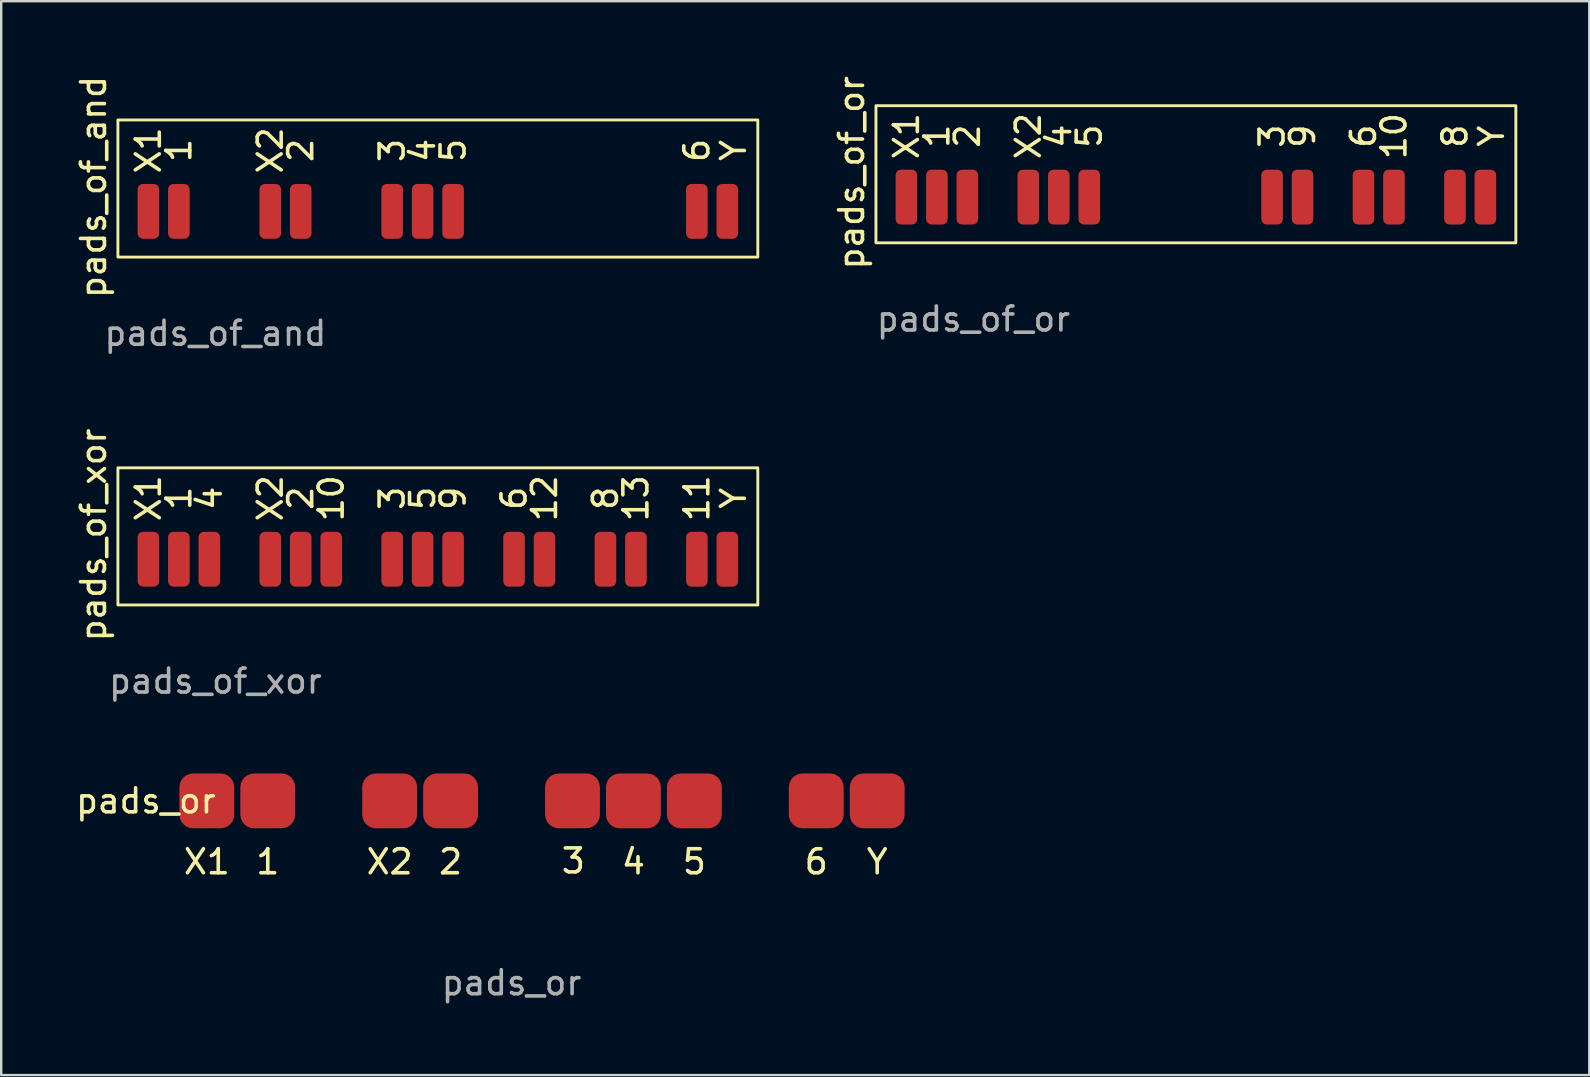
<source format=kicad_pcb>
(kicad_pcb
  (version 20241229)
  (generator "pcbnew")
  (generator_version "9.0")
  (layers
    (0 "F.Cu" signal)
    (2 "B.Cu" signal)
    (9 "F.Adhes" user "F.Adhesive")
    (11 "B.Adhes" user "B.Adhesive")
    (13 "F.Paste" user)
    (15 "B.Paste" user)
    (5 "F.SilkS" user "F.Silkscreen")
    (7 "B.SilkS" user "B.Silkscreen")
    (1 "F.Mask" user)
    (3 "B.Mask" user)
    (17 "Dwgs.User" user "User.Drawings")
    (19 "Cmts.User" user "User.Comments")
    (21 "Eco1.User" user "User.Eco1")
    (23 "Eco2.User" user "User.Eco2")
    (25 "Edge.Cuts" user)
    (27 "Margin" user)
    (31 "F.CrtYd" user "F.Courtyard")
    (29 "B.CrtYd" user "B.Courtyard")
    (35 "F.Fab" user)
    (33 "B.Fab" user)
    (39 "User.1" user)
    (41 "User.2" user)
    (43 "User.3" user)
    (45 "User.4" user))
  (footprint "pads_or"
    (layer "F.Cu")
    (at 18.27 35.409)
    (property "Reference" "pads_or" (at -15.24 -5.08 0) (unlocked yes) (layer "F.SilkS") (effects (font (size 1 1) (thickness 0.15))))
    (attr smd)
    (fp_text user "1" (at -10.16 -2.54 0) (unlocked yes) (layer "F.SilkS") (effects (font (size 1 1) (thickness 0.15))))
    (fp_text user "X1" (at -12.7 -2.54 0) (unlocked yes) (layer "F.SilkS") (effects (font (size 1 1) (thickness 0.15))))
    (fp_text user "6" (at 12.7 -2.54 0) (unlocked yes) (layer "F.SilkS") (effects (font (size 1 1) (thickness 0.15))))
    (fp_text user "4" (at 5.08 -2.54 0) (unlocked yes) (layer "F.SilkS") (effects (font (size 1 1) (thickness 0.15))))
    (fp_text user "3" (at 2.575 -2.575 0) (unlocked yes) (layer "F.SilkS") (effects (font (size 1 1) (thickness 0.15))))
    (fp_text user "5" (at 7.62 -2.54 0) (unlocked yes) (layer "F.SilkS") (effects (font (size 1 1) (thickness 0.15))))
    (fp_text user "X2" (at -5.08 -2.54 0) (unlocked yes) (layer "F.SilkS") (effects (font (size 1 1) (thickness 0.15))))
    (fp_text user "Y" (at 15.24 -2.54 0) (unlocked yes) (layer "F.SilkS") (effects (font (size 1 1) (thickness 0.15))))
    (fp_text user "2" (at -2.54 -2.54 0) (unlocked yes) (layer "F.SilkS") (effects (font (size 1 1) (thickness 0.15))))
    (fp_text user "${REFERENCE}" (at 0 2.5 0) (unlocked yes) (layer "F.Fab") (effects (font (size 1 1) (thickness 0.15))))
    (pad "1" smd roundrect (at -12.7 -5.08) (size 2.286 2.286) (layers "F.Cu" "F.Mask" "F.Paste") (roundrect_rratio 0.25))
    (pad "2" smd roundrect (at -10.16 -5.08) (size 2.286 2.286) (layers "F.Cu" "F.Mask" "F.Paste") (roundrect_rratio 0.25))
    (pad "3" smd roundrect (at -5.08 -5.08) (size 2.286 2.286) (layers "F.Cu" "F.Mask" "F.Paste") (roundrect_rratio 0.25))
    (pad "4" smd roundrect (at -2.54 -5.08) (size 2.286 2.286) (layers "F.Cu" "F.Mask" "F.Paste") (roundrect_rratio 0.25))
    (pad "5" smd roundrect (at 2.54 -5.08) (size 2.286 2.286) (layers "F.Cu" "F.Mask" "F.Paste") (roundrect_rratio 0.25))
    (pad "6" smd roundrect (at 5.08 -5.08) (size 2.286 2.286) (layers "F.Cu" "F.Mask" "F.Paste") (roundrect_rratio 0.25))
    (pad "7" smd roundrect (at 7.62 -5.08) (size 2.286 2.286) (layers "F.Cu" "F.Mask" "F.Paste") (roundrect_rratio 0.25))
    (pad "8" smd roundrect (at 12.7 -5.08) (size 2.286 2.286) (layers "F.Cu" "F.Mask" "F.Paste") (roundrect_rratio 0.25))
    (pad "9" smd roundrect (at 15.24 -5.08) (size 2.286 2.286) (layers "F.Cu" "F.Mask" "F.Paste") (roundrect_rratio 0.25)))
  (footprint "pads_of_or"
    (layer "F.Cu")
    (at 34.728 5.165)
    (property "Reference" "pads_of_or" (at -2.286 -1.016 90) (unlocked yes) (layer "F.SilkS") (effects (font (size 1 1) (thickness 0.15))))
    (attr smd)
    (fp_rect (start -1.27 -3.81) (end 25.4 1.905) (stroke (width 0.12) (type solid)) (fill no) (layer "F.SilkS"))
    (fp_text user "9" (at 16.51 -2.54 90) (unlocked yes) (layer "F.SilkS") (effects (font (size 1 1) (thickness 0.15))))
    (fp_text user "4" (at 6.35 -2.54 90) (unlocked yes) (layer "F.SilkS") (effects (font (size 1 1) (thickness 0.15))))
    (fp_text user "10" (at 20.32 -2.54 90) (unlocked yes) (layer "F.SilkS") (effects (font (size 1 1) (thickness 0.15))))
    (fp_text user "8" (at 22.86 -2.54 90) (unlocked yes) (layer "F.SilkS") (effects (font (size 1 1) (thickness 0.15))))
    (fp_text user "5" (at 7.62 -2.54 90) (unlocked yes) (layer "F.SilkS") (effects (font (size 1 1) (thickness 0.15))))
    (fp_text user "6" (at 19.05 -2.54 90) (unlocked yes) (layer "F.SilkS") (effects (font (size 1 1) (thickness 0.15))))
    (fp_text user "X1" (at 0 -2.54 90) (unlocked yes) (layer "F.SilkS") (effects (font (size 1 1) (thickness 0.15))))
    (fp_text user "3" (at 15.24 -2.54 90) (unlocked yes) (layer "F.SilkS") (effects (font (size 1 1) (thickness 0.15))))
    (fp_text user "X2" (at 5.08 -2.54 90) (unlocked yes) (layer "F.SilkS") (effects (font (size 1 1) (thickness 0.15))))
    (fp_text user "1" (at 1.27 -2.54 90) (unlocked yes) (layer "F.SilkS") (effects (font (size 1 1) (thickness 0.15))))
    (fp_text user "Y" (at 24.384 -2.54 90) (unlocked yes) (layer "F.SilkS") (effects (font (size 1 1) (thickness 0.15))))
    (fp_text user "2" (at 2.54 -2.54 90) (unlocked yes) (layer "F.SilkS") (effects (font (size 1 1) (thickness 0.15))))
    (fp_text user "${REFERENCE}" (at 2.794 5.08 0) (unlocked yes) (layer "F.Fab") (effects (font (size 1 1) (thickness 0.15))))
    (pad "1" smd roundrect (at 0 0) (size 0.9 2.286) (layers "F.Cu" "F.Mask" "F.Paste") (roundrect_rratio 0.25))
    (pad "2" smd roundrect (at 1.27 0) (size 0.9 2.286) (layers "F.Cu" "F.Mask" "F.Paste") (roundrect_rratio 0.25))
    (pad "3" smd roundrect (at 2.54 0) (size 0.9 2.286) (layers "F.Cu" "F.Mask" "F.Paste") (roundrect_rratio 0.25))
    (pad "4" smd roundrect (at 5.08 0) (size 0.9 2.286) (layers "F.Cu" "F.Mask" "F.Paste") (roundrect_rratio 0.25))
    (pad "5" smd roundrect (at 6.35 0) (size 0.9 2.286) (layers "F.Cu" "F.Mask" "F.Paste") (roundrect_rratio 0.25))
    (pad "6" smd roundrect (at 7.62 0) (size 0.9 2.286) (layers "F.Cu" "F.Mask" "F.Paste") (roundrect_rratio 0.25))
    (pad "7" smd roundrect (at 15.24 0) (size 0.9 2.286) (layers "F.Cu" "F.Mask" "F.Paste") (roundrect_rratio 0.25))
    (pad "8" smd roundrect (at 16.51 0) (size 0.9 2.286) (layers "F.Cu" "F.Mask" "F.Paste") (roundrect_rratio 0.25))
    (pad "9" smd roundrect (at 19.05 0) (size 0.9 2.286) (layers "F.Cu" "F.Mask" "F.Paste") (roundrect_rratio 0.25))
    (pad "10" smd roundrect (at 20.32 0) (size 0.9 2.286) (layers "F.Cu" "F.Mask" "F.Paste") (roundrect_rratio 0.25))
    (pad "11" smd roundrect (at 22.86 0) (size 0.9 2.286) (layers "F.Cu" "F.Mask" "F.Paste") (roundrect_rratio 0.25))
    (pad "12" smd roundrect (at 24.13 0) (size 0.9 2.286) (layers "F.Cu" "F.Mask" "F.Paste") (roundrect_rratio 0.25)))
  (footprint "pads_of_and"
    (layer "F.Cu")
    (at 3.134 5.76)
    (property "Reference" "pads_of_and" (at -2.286 -1.016 90) (unlocked yes) (layer "F.SilkS") (effects (font (size 1 1) (thickness 0.15))))
    (attr smd)
    (fp_rect (start -1.27 -3.81) (end 25.4 1.905) (stroke (width 0.12) (type solid)) (fill no) (layer "F.SilkS"))
    (fp_text user "5" (at 12.7 -2.54 90) (unlocked yes) (layer "F.SilkS") (effects (font (size 1 1) (thickness 0.15))))
    (fp_text user "4" (at 11.43 -2.54 90) (unlocked yes) (layer "F.SilkS") (effects (font (size 1 1) (thickness 0.15))))
    (fp_text user "2" (at 6.35 -2.54 90) (unlocked yes) (layer "F.SilkS") (effects (font (size 1 1) (thickness 0.15))))
    (fp_text user "X1" (at 0 -2.54 90) (unlocked yes) (layer "F.SilkS") (effects (font (size 1 1) (thickness 0.15))))
    (fp_text user "1" (at 1.27 -2.54 90) (unlocked yes) (layer "F.SilkS") (effects (font (size 1 1) (thickness 0.15))))
    (fp_text user "X2" (at 5.08 -2.54 90) (unlocked yes) (layer "F.SilkS") (effects (font (size 1 1) (thickness 0.15))))
    (fp_text user "3" (at 10.16 -2.54 90) (unlocked yes) (layer "F.SilkS") (effects (font (size 1 1) (thickness 0.15))))
    (fp_text user "Y" (at 24.384 -2.54 90) (unlocked yes) (layer "F.SilkS") (effects (font (size 1 1) (thickness 0.15))))
    (fp_text user "6" (at 22.86 -2.54 90) (unlocked yes) (layer "F.SilkS") (effects (font (size 1 1) (thickness 0.15))))
    (fp_text user "${REFERENCE}" (at 2.794 5.08 0) (unlocked yes) (layer "F.Fab") (effects (font (size 1 1) (thickness 0.15))))
    (pad "1" smd roundrect (at 0 0) (size 0.9 2.286) (layers "F.Cu" "F.Mask" "F.Paste") (roundrect_rratio 0.25))
    (pad "2" smd roundrect (at 1.27 0) (size 0.9 2.286) (layers "F.Cu" "F.Mask" "F.Paste") (roundrect_rratio 0.25))
    (pad "3" smd roundrect (at 5.08 0) (size 0.9 2.286) (layers "F.Cu" "F.Mask" "F.Paste") (roundrect_rratio 0.25))
    (pad "4" smd roundrect (at 6.35 0) (size 0.9 2.286) (layers "F.Cu" "F.Mask" "F.Paste") (roundrect_rratio 0.25))
    (pad "5" smd roundrect (at 10.16 0) (size 0.9 2.286) (layers "F.Cu" "F.Mask" "F.Paste") (roundrect_rratio 0.25))
    (pad "6" smd roundrect (at 11.43 0) (size 0.9 2.286) (layers "F.Cu" "F.Mask" "F.Paste") (roundrect_rratio 0.25))
    (pad "7" smd roundrect (at 12.7 0) (size 0.9 2.286) (layers "F.Cu" "F.Mask" "F.Paste") (roundrect_rratio 0.25))
    (pad "8" smd roundrect (at 22.86 0) (size 0.9 2.286) (layers "F.Cu" "F.Mask" "F.Paste") (roundrect_rratio 0.25))
    (pad "9" smd roundrect (at 24.13 0) (size 0.9 2.286) (layers "F.Cu" "F.Mask" "F.Paste") (roundrect_rratio 0.25)))
  (footprint "pads_of_xor"
    (layer "F.Cu")
    (at 3.134 20.258)
    (property "Reference" "pads_of_xor" (at -2.286 -1.016 90) (unlocked yes) (layer "F.SilkS") (effects (font (size 1 1) (thickness 0.15))))
    (attr smd)
    (fp_rect (start -1.27 -3.81) (end 25.4 1.905) (stroke (width 0.12) (type solid)) (fill no) (layer "F.SilkS"))
    (fp_text user "13" (at 20.32 -2.54 90) (unlocked yes) (layer "F.SilkS") (effects (font (size 1 1) (thickness 0.15))))
    (fp_text user "6" (at 15.24 -2.54 90) (unlocked yes) (layer "F.SilkS") (effects (font (size 1 1) (thickness 0.15))))
    (fp_text user "X1" (at 0 -2.54 90) (unlocked yes) (layer "F.SilkS") (effects (font (size 1 1) (thickness 0.15))))
    (fp_text user "1" (at 1.27 -2.54 90) (unlocked yes) (layer "F.SilkS") (effects (font (size 1 1) (thickness 0.15))))
    (fp_text user "3" (at 10.16 -2.54 90) (unlocked yes) (layer "F.SilkS") (effects (font (size 1 1) (thickness 0.15))))
    (fp_text user "5" (at 11.43 -2.54 90) (unlocked yes) (layer "F.SilkS") (effects (font (size 1 1) (thickness 0.15))))
    (fp_text user "X2" (at 5.08 -2.54 90) (unlocked yes) (layer "F.SilkS") (effects (font (size 1 1) (thickness 0.15))))
    (fp_text user "2" (at 6.35 -2.54 90) (unlocked yes) (layer "F.SilkS") (effects (font (size 1 1) (thickness 0.15))))
    (fp_text user "9" (at 12.7 -2.54 90) (unlocked yes) (layer "F.SilkS") (effects (font (size 1 1) (thickness 0.15))))
    (fp_text user "Y" (at 24.384 -2.54 90) (unlocked yes) (layer "F.SilkS") (effects (font (size 1 1) (thickness 0.15))))
    (fp_text user "10" (at 7.62 -2.54 90) (unlocked yes) (layer "F.SilkS") (effects (font (size 1 1) (thickness 0.15))))
    (fp_text user "12" (at 16.51 -2.54 90) (unlocked yes) (layer "F.SilkS") (effects (font (size 1 1) (thickness 0.15))))
    (fp_text user "11" (at 22.86 -2.54 90) (unlocked yes) (layer "F.SilkS") (effects (font (size 1 1) (thickness 0.15))))
    (fp_text user "4" (at 2.54 -2.54 90) (unlocked yes) (layer "F.SilkS") (effects (font (size 1 1) (thickness 0.15))))
    (fp_text user "8" (at 19.05 -2.54 90) (unlocked yes) (layer "F.SilkS") (effects (font (size 1 1) (thickness 0.15))))
    (fp_text user "${REFERENCE}" (at 2.794 5.08 0) (unlocked yes) (layer "F.Fab") (effects (font (size 1 1) (thickness 0.15))))
    (pad "1" smd roundrect (at 0 0) (size 0.9 2.286) (layers "F.Cu" "F.Mask" "F.Paste") (roundrect_rratio 0.25))
    (pad "2" smd roundrect (at 1.27 0) (size 0.9 2.286) (layers "F.Cu" "F.Mask" "F.Paste") (roundrect_rratio 0.25))
    (pad "3" smd roundrect (at 2.54 0) (size 0.9 2.286) (layers "F.Cu" "F.Mask" "F.Paste") (roundrect_rratio 0.25))
    (pad "4" smd roundrect (at 5.08 0) (size 0.9 2.286) (layers "F.Cu" "F.Mask" "F.Paste") (roundrect_rratio 0.25))
    (pad "5" smd roundrect (at 6.35 0) (size 0.9 2.286) (layers "F.Cu" "F.Mask" "F.Paste") (roundrect_rratio 0.25))
    (pad "6" smd roundrect (at 7.62 0) (size 0.9 2.286) (layers "F.Cu" "F.Mask" "F.Paste") (roundrect_rratio 0.25))
    (pad "7" smd roundrect (at 10.16 0) (size 0.9 2.286) (layers "F.Cu" "F.Mask" "F.Paste") (roundrect_rratio 0.25))
    (pad "8" smd roundrect (at 11.43 0) (size 0.9 2.286) (layers "F.Cu" "F.Mask" "F.Paste") (roundrect_rratio 0.25))
    (pad "9" smd roundrect (at 12.7 0) (size 0.9 2.286) (layers "F.Cu" "F.Mask" "F.Paste") (roundrect_rratio 0.25))
    (pad "10" smd roundrect (at 15.24 0) (size 0.9 2.286) (layers "F.Cu" "F.Mask" "F.Paste") (roundrect_rratio 0.25))
    (pad "11" smd roundrect (at 16.51 0) (size 0.9 2.286) (layers "F.Cu" "F.Mask" "F.Paste") (roundrect_rratio 0.25))
    (pad "12" smd roundrect (at 19.05 0) (size 0.9 2.286) (layers "F.Cu" "F.Mask" "F.Paste") (roundrect_rratio 0.25))
    (pad "13" smd roundrect (at 20.32 0) (size 0.9 2.286) (layers "F.Cu" "F.Mask" "F.Paste") (roundrect_rratio 0.25))
    (pad "14" smd roundrect (at 22.86 0) (size 0.9 2.286) (layers "F.Cu" "F.Mask" "F.Paste") (roundrect_rratio 0.25))
    (pad "15" smd roundrect (at 24.13 0) (size 0.9 2.286) (layers "F.Cu" "F.Mask" "F.Paste") (roundrect_rratio 0.25)))
  (gr_rect
    (start -3 -3)
    (end 63.188 41.757)
    (stroke (width 0.1) (type default))
    (fill no)
    (layer "Edge.Cuts")))
</source>
